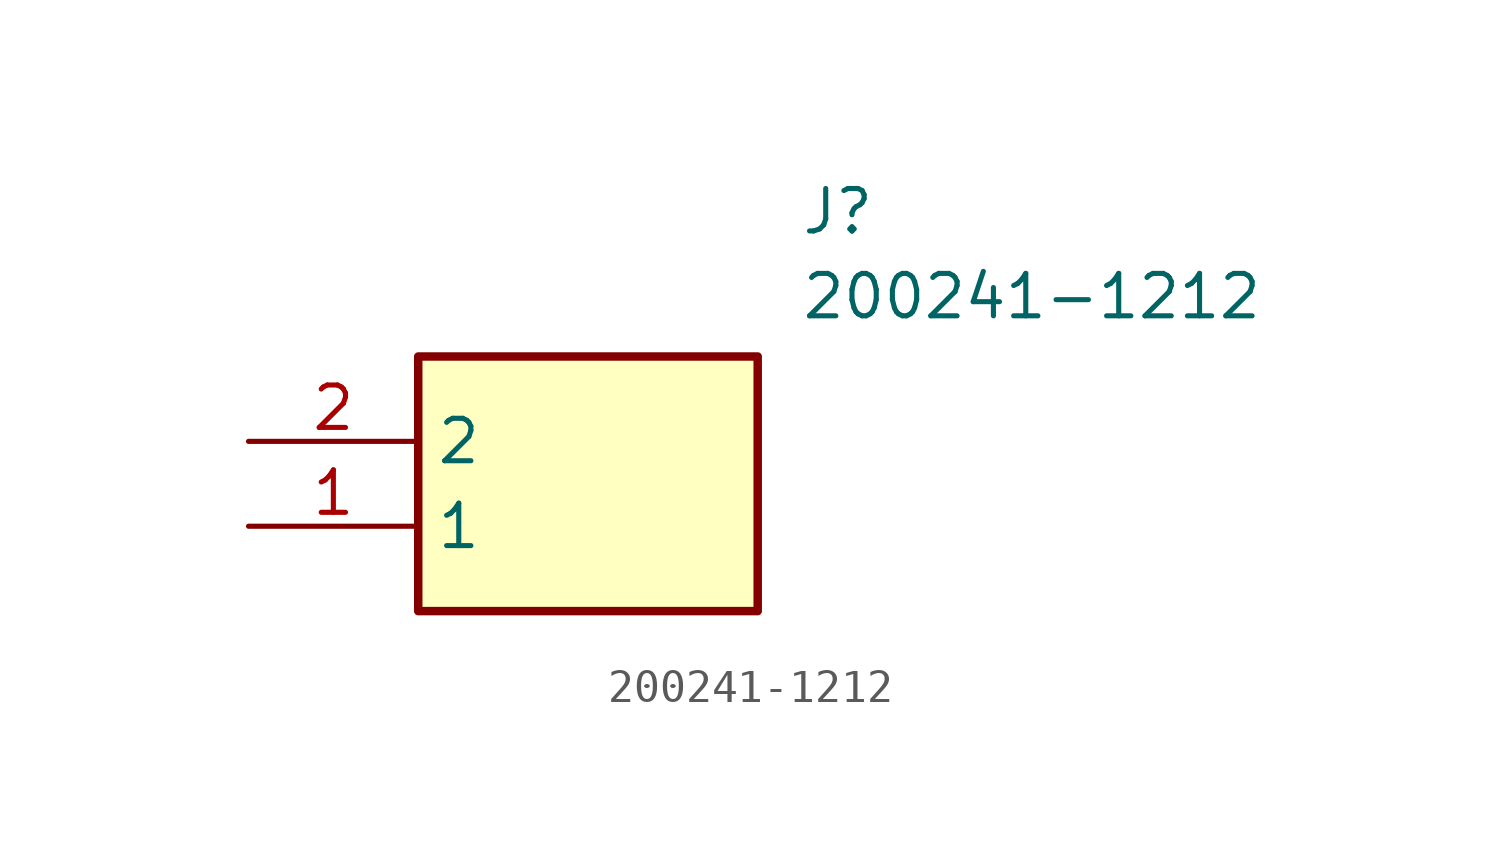
<source format=kicad_sym>
(kicad_symbol_lib
  (version 20211014)
  (generator SamacSys_ECAD_Model)
  (symbol "200241-1212"
    (property "Reference" "J"
      (at 16.51 7.62 0)
      (effects (font (size 1.27 1.27)) (justify left top)))
    (property "Value" "200241-1212"
      (at 16.51 5.08 0)
      (effects (font (size 1.27 1.27)) (justify left top)))
    (rectangle
      (start 5.08 2.54)
      (end 15.24 -5.08)
      (stroke (width 0.254) (type default))
      (fill (type background)))
    (pin passive line
      (at 0 -2.54 0)
      (length 5.08)
      (name "1" (effects (font (size 1.27 1.27))))
      (number "1" (effects (font (size 1.27 1.27)))))
    (pin passive line
      (at 0 0 0)
      (length 5.08)
      (name "2" (effects (font (size 1.27 1.27))))
      (number "2" (effects (font (size 1.27 1.27)))))))
</source>
